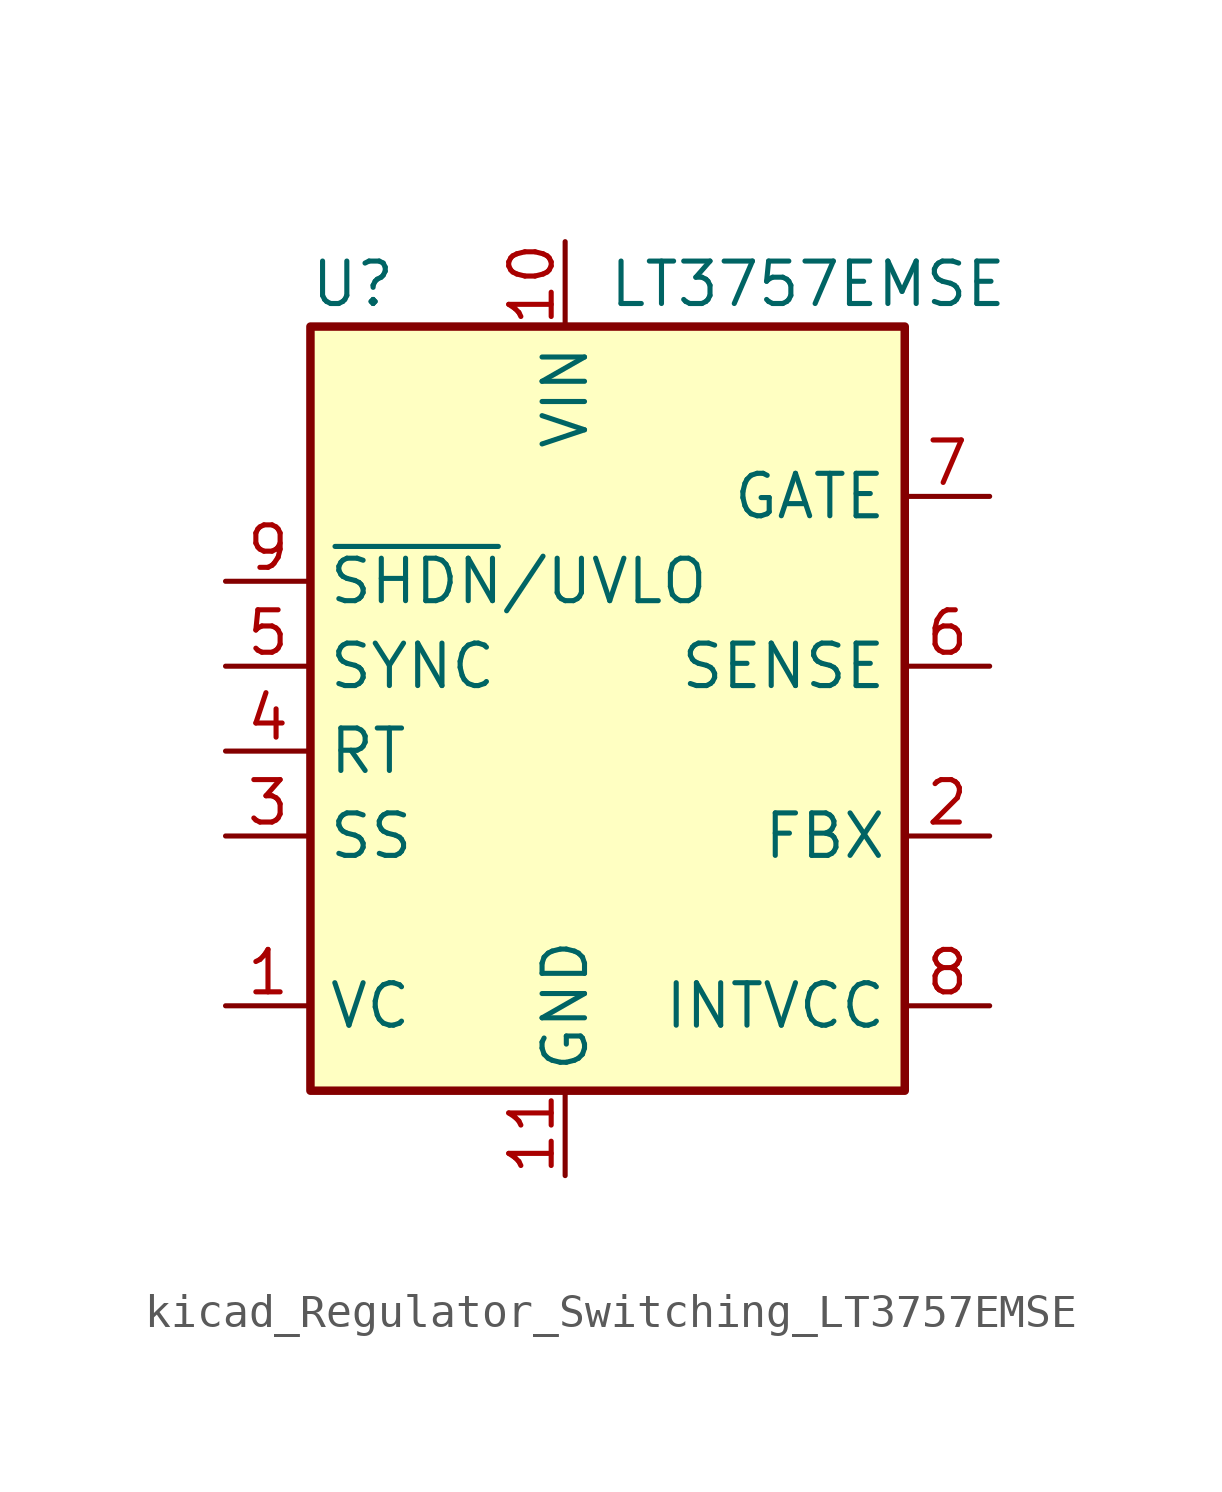
<source format=kicad_sym>
(kicad_symbol_lib
  (version 20220914)
  (generator kicad_symbol_editor)
  (symbol "kicad_Regulator_Switching_LT3757EMSE"
    (property "Reference" "U"
      (at -6.35 11.43 0)
      (effects (font (size 1.27 1.27))))
    (property "Value" "LT3757EMSE"
      (at 1.27 11.43 0)
      (effects (font (size 1.27 1.27)) (justify left)))
    (symbol "kicad_Regulator_Switching_LT3757EMSE_0_1"
      (rectangle (start -7.62 10.16) (end 10.16 -12.7) (stroke (width 0.254) (type default)) (fill (type background))))
    (symbol "kicad_Regulator_Switching_LT3757EMSE_1_1"
      (pin input line (at -10.16 -10.16 0) (length 2.54) (name "VC" (effects (font (size 1.27 1.27)))) (number "1" (effects (font (size 1.27 1.27)))))
      (pin power_in line (at 0 12.7 270) (length 2.54) (name "VIN" (effects (font (size 1.27 1.27)))) (number "10" (effects (font (size 1.27 1.27)))))
      (pin power_in line (at 0 -15.24 90) (length 2.54) (name "GND" (effects (font (size 1.27 1.27)))) (number "11" (effects (font (size 1.27 1.27)))))
      (pin input line (at 12.7 -5.08 180) (length 2.54) (name "FBX" (effects (font (size 1.27 1.27)))) (number "2" (effects (font (size 1.27 1.27)))))
      (pin input line (at -10.16 -5.08 0) (length 2.54) (name "SS" (effects (font (size 1.27 1.27)))) (number "3" (effects (font (size 1.27 1.27)))))
      (pin input line (at -10.16 -2.54 0) (length 2.54) (name "RT" (effects (font (size 1.27 1.27)))) (number "4" (effects (font (size 1.27 1.27)))))
      (pin input line (at -10.16 0 0) (length 2.54) (name "SYNC" (effects (font (size 1.27 1.27)))) (number "5" (effects (font (size 1.27 1.27)))))
      (pin input line (at 12.7 0 180) (length 2.54) (name "SENSE" (effects (font (size 1.27 1.27)))) (number "6" (effects (font (size 1.27 1.27)))))
      (pin output line (at 12.7 5.08 180) (length 2.54) (name "GATE" (effects (font (size 1.27 1.27)))) (number "7" (effects (font (size 1.27 1.27)))))
      (pin output line (at 12.7 -10.16 180) (length 2.54) (name "INTVCC" (effects (font (size 1.27 1.27)))) (number "8" (effects (font (size 1.27 1.27)))))
      (pin input line (at -10.16 2.54 0) (length 2.54) (name "~{SHDN}/UVLO" (effects (font (size 1.27 1.27)))) (number "9" (effects (font (size 1.27 1.27))))))))
</source>
